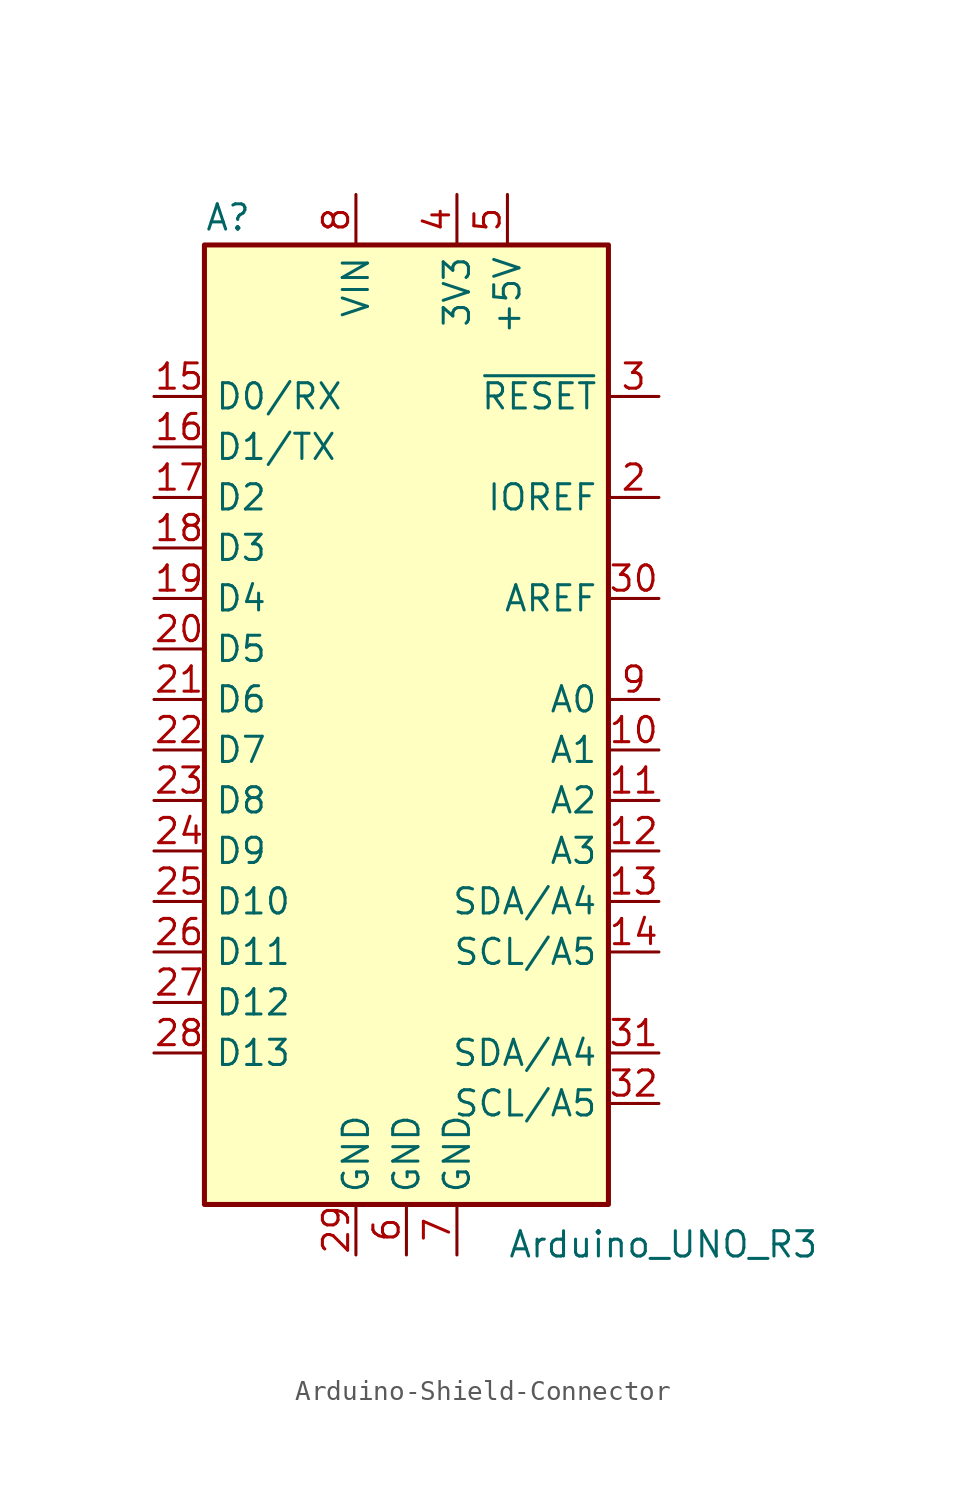
<source format=kicad_sym>
(kicad_symbol_lib
  (version 20220914)
  (generator kicad_symbol_editor)
  (symbol "Arduino-Shield-Connector"
    (property "Reference" "A"
      (at -10.16 23.495 0)
      (effects (font (size 1.27 1.27)) (justify left bottom)))
    (property "Value" "Arduino_UNO_R3"
      (at 5.08 -26.67 0)
      (effects (font (size 1.27 1.27)) (justify left top)))
    (symbol "Arduino-Shield-Connector_0_1"
      (rectangle (start -10.16 22.86) (end 10.16 -25.4) (stroke (width 0.254) (type default)) (fill (type background))))
    (symbol "Arduino-Shield-Connector_1_1"
      (pin no_connect line (at -10.16 -20.32 0) (length 2.54) hide (name "NC" (effects (font (size 1.27 1.27)))) (number "1" (effects (font (size 1.27 1.27)))))
      (pin bidirectional line (at 12.7 -2.54 180) (length 2.54) (name "A1" (effects (font (size 1.27 1.27)))) (number "10" (effects (font (size 1.27 1.27)))))
      (pin bidirectional line (at 12.7 -5.08 180) (length 2.54) (name "A2" (effects (font (size 1.27 1.27)))) (number "11" (effects (font (size 1.27 1.27)))))
      (pin bidirectional line (at 12.7 -7.62 180) (length 2.54) (name "A3" (effects (font (size 1.27 1.27)))) (number "12" (effects (font (size 1.27 1.27)))))
      (pin bidirectional line (at 12.7 -10.16 180) (length 2.54) (name "SDA/A4" (effects (font (size 1.27 1.27)))) (number "13" (effects (font (size 1.27 1.27)))))
      (pin bidirectional line (at 12.7 -12.7 180) (length 2.54) (name "SCL/A5" (effects (font (size 1.27 1.27)))) (number "14" (effects (font (size 1.27 1.27)))))
      (pin bidirectional line (at -12.7 15.24 0) (length 2.54) (name "D0/RX" (effects (font (size 1.27 1.27)))) (number "15" (effects (font (size 1.27 1.27)))))
      (pin bidirectional line (at -12.7 12.7 0) (length 2.54) (name "D1/TX" (effects (font (size 1.27 1.27)))) (number "16" (effects (font (size 1.27 1.27)))))
      (pin bidirectional line (at -12.7 10.16 0) (length 2.54) (name "D2" (effects (font (size 1.27 1.27)))) (number "17" (effects (font (size 1.27 1.27)))))
      (pin bidirectional line (at -12.7 7.62 0) (length 2.54) (name "D3" (effects (font (size 1.27 1.27)))) (number "18" (effects (font (size 1.27 1.27)))))
      (pin bidirectional line (at -12.7 5.08 0) (length 2.54) (name "D4" (effects (font (size 1.27 1.27)))) (number "19" (effects (font (size 1.27 1.27)))))
      (pin output line (at 12.7 10.16 180) (length 2.54) (name "IOREF" (effects (font (size 1.27 1.27)))) (number "2" (effects (font (size 1.27 1.27)))))
      (pin bidirectional line (at -12.7 2.54 0) (length 2.54) (name "D5" (effects (font (size 1.27 1.27)))) (number "20" (effects (font (size 1.27 1.27)))))
      (pin bidirectional line (at -12.7 0 0) (length 2.54) (name "D6" (effects (font (size 1.27 1.27)))) (number "21" (effects (font (size 1.27 1.27)))))
      (pin bidirectional line (at -12.7 -2.54 0) (length 2.54) (name "D7" (effects (font (size 1.27 1.27)))) (number "22" (effects (font (size 1.27 1.27)))))
      (pin bidirectional line (at -12.7 -5.08 0) (length 2.54) (name "D8" (effects (font (size 1.27 1.27)))) (number "23" (effects (font (size 1.27 1.27)))))
      (pin bidirectional line (at -12.7 -7.62 0) (length 2.54) (name "D9" (effects (font (size 1.27 1.27)))) (number "24" (effects (font (size 1.27 1.27)))))
      (pin bidirectional line (at -12.7 -10.16 0) (length 2.54) (name "D10" (effects (font (size 1.27 1.27)))) (number "25" (effects (font (size 1.27 1.27)))))
      (pin bidirectional line (at -12.7 -12.7 0) (length 2.54) (name "D11" (effects (font (size 1.27 1.27)))) (number "26" (effects (font (size 1.27 1.27)))))
      (pin bidirectional line (at -12.7 -15.24 0) (length 2.54) (name "D12" (effects (font (size 1.27 1.27)))) (number "27" (effects (font (size 1.27 1.27)))))
      (pin bidirectional line (at -12.7 -17.78 0) (length 2.54) (name "D13" (effects (font (size 1.27 1.27)))) (number "28" (effects (font (size 1.27 1.27)))))
      (pin power_in line (at -2.54 -27.94 90) (length 2.54) (name "GND" (effects (font (size 1.27 1.27)))) (number "29" (effects (font (size 1.27 1.27)))))
      (pin input line (at 12.7 15.24 180) (length 2.54) (name "~{RESET}" (effects (font (size 1.27 1.27)))) (number "3" (effects (font (size 1.27 1.27)))))
      (pin input line (at 12.7 5.08 180) (length 2.54) (name "AREF" (effects (font (size 1.27 1.27)))) (number "30" (effects (font (size 1.27 1.27)))))
      (pin bidirectional line (at 12.7 -17.78 180) (length 2.54) (name "SDA/A4" (effects (font (size 1.27 1.27)))) (number "31" (effects (font (size 1.27 1.27)))))
      (pin bidirectional line (at 12.7 -20.32 180) (length 2.54) (name "SCL/A5" (effects (font (size 1.27 1.27)))) (number "32" (effects (font (size 1.27 1.27)))))
      (pin power_out line (at 2.54 25.4 270) (length 2.54) (name "3V3" (effects (font (size 1.27 1.27)))) (number "4" (effects (font (size 1.27 1.27)))))
      (pin power_out line (at 5.08 25.4 270) (length 2.54) (name "+5V" (effects (font (size 1.27 1.27)))) (number "5" (effects (font (size 1.27 1.27)))))
      (pin power_in line (at 0 -27.94 90) (length 2.54) (name "GND" (effects (font (size 1.27 1.27)))) (number "6" (effects (font (size 1.27 1.27)))))
      (pin power_in line (at 2.54 -27.94 90) (length 2.54) (name "GND" (effects (font (size 1.27 1.27)))) (number "7" (effects (font (size 1.27 1.27)))))
      (pin power_in line (at -2.54 25.4 270) (length 2.54) (name "VIN" (effects (font (size 1.27 1.27)))) (number "8" (effects (font (size 1.27 1.27)))))
      (pin bidirectional line (at 12.7 0 180) (length 2.54) (name "A0" (effects (font (size 1.27 1.27)))) (number "9" (effects (font (size 1.27 1.27))))))))
</source>
